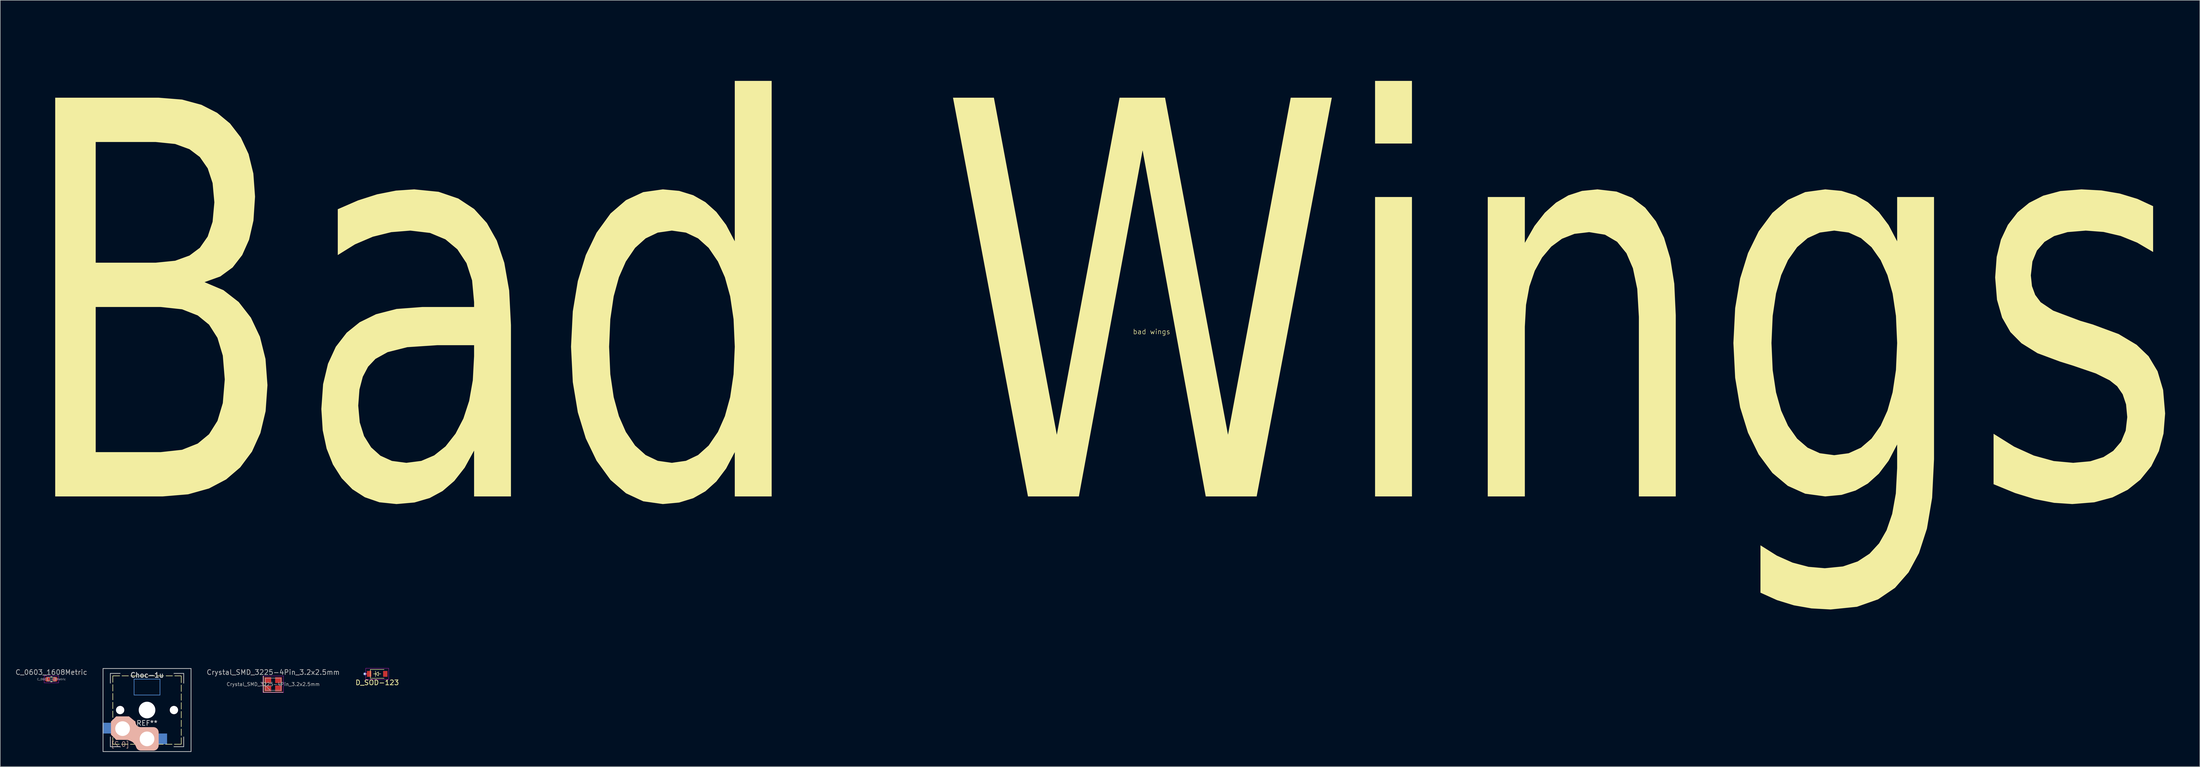
<source format=kicad_pcb>
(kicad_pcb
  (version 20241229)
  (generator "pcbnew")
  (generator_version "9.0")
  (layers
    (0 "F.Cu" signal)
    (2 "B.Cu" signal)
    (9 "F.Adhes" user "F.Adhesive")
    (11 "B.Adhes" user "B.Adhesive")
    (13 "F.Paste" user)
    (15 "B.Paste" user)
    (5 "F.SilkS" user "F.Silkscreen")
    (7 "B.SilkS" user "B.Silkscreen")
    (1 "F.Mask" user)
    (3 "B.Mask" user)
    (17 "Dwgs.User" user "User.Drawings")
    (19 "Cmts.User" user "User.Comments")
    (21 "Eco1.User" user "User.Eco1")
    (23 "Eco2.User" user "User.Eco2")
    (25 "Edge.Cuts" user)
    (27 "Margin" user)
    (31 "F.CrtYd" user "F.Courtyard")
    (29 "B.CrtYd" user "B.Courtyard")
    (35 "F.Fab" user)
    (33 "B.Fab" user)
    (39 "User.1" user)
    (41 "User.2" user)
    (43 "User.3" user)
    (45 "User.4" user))
  (footprint "C_0603_1608Metric"
    (layer "F.Cu")
    (at 7.458 135.958)
    (property "Reference" "C_0603_1608Metric" (at 0 -1.43 180) (layer "F.Fab") (effects (font (size 1 1) (thickness 0.15))))
    (attr smd)
    (fp_line (start -0.141 -0.51) (end 0.141 -0.51) (stroke (width 0.12) (type solid)) (layer "F.SilkS"))
    (fp_line (start -0.141 0.51) (end 0.141 0.51) (stroke (width 0.12) (type solid)) (layer "F.SilkS"))
    (fp_line (start -1.48 -0.73) (end 1.48 -0.73) (stroke (width 0.05) (type solid)) (layer "F.CrtYd"))
    (fp_line (start -1.48 0.73) (end -1.48 -0.73) (stroke (width 0.05) (type solid)) (layer "F.CrtYd"))
    (fp_line (start 1.48 -0.73) (end 1.48 0.73) (stroke (width 0.05) (type solid)) (layer "F.CrtYd"))
    (fp_line (start 1.48 0.73) (end -1.48 0.73) (stroke (width 0.05) (type solid)) (layer "F.CrtYd"))
    (fp_line (start -0.8 -0.4) (end 0.8 -0.4) (stroke (width 0.1) (type solid)) (layer "F.Fab"))
    (fp_line (start -0.8 0.4) (end -0.8 -0.4) (stroke (width 0.1) (type solid)) (layer "F.Fab"))
    (fp_line (start 0.8 -0.4) (end 0.8 0.4) (stroke (width 0.1) (type solid)) (layer "F.Fab"))
    (fp_line (start 0.8 0.4) (end -0.8 0.4) (stroke (width 0.1) (type solid)) (layer "F.Fab"))
    (fp_text user "${REFERENCE}" (at 0 0 180) (layer "F.Fab") (effects (font (size 0.4 0.4) (thickness 0.06))))
    (pad "1" smd roundrect (at -0.775 0) (size 0.9 0.95) (layers "F.Cu" "F.Mask" "F.Paste") (roundrect_rratio 0.25))
    (pad "2" smd roundrect (at 0.775 0) (size 0.9 0.95) (layers "F.Cu" "F.Mask" "F.Paste") (roundrect_rratio 0.25)))
  (footprint "bad wings"
    (layer "F.Cu")
    (at 222.027 65.086)
    (property "Reference" "bad wings" (at 10.414 -0.254 0) (unlocked yes) (layer "F.SilkS") (effects (font (size 1 1) (thickness 0.1))))
    (fp_text user "Bad Wings" (at -0.127 0.254 0) (unlocked yes) (layer "F.SilkS") (effects (font (face "a Another Tag") (size 80 60) (thickness 7.5)))))
  (footprint "Choc-1u"
    (layer "F.Cu")
    (at 27.017 142.256)
    (property "Reference" "Choc-1u" (at 0 -7.144 180) (layer "Dwgs.User") (effects (font (size 1 1) (thickness 0.2))))
    (property "COL" "2" (at 0 0 0) (layer "F.Fab") (hide yes) (effects (font (size 1.27 1.27) (thickness 0.15))))
    (property "ROW" "0" (at 0 0 0) (layer "F.Fab") (hide yes) (effects (font (size 1.27 1.27) (thickness 0.15))))
    (attr through_hole)
    (fp_line (start -7 -7) (end -7 7) (stroke (width 0.12) (type dash)) (layer "F.SilkS"))
    (fp_line (start -7 7) (end 7 7) (stroke (width 0.12) (type dash)) (layer "F.SilkS"))
    (fp_line (start 7 -7) (end -7 -7) (stroke (width 0.12) (type dash)) (layer "F.SilkS"))
    (fp_line (start 7 7) (end 7 -7) (stroke (width 0.12) (type dash)) (layer "F.SilkS"))
    (fp_line (start -7.3 2.4) (end -7.3 5) (stroke (width 0.15) (type solid)) (layer "B.SilkS"))
    (fp_line (start -7.3 2.4) (end -6.275 1.375) (stroke (width 0.15) (type solid)) (layer "B.SilkS"))
    (fp_line (start -7.3 5) (end -6.275 6.025) (stroke (width 0.15) (type solid)) (layer "B.SilkS"))
    (fp_line (start -4.3 6.025) (end -6.275 6.025) (stroke (width 0.15) (type solid)) (layer "B.SilkS"))
    (fp_line (start -3.725 1.375) (end -6.275 1.375) (stroke (width 0.15) (type solid)) (layer "B.SilkS"))
    (fp_line (start -3.725 1.375) (end -2.45 2.4) (stroke (width 0.15) (type solid)) (layer "B.SilkS"))
    (fp_line (start 1.3 3.575) (end -1.275 3.575) (stroke (width 0.15) (type solid)) (layer "B.SilkS"))
    (fp_line (start 1.3 8.225) (end -1.3 8.225) (stroke (width 0.15) (type solid)) (layer "B.SilkS"))
    (fp_line (start 2.3 4.575) (end 2.3 7.225) (stroke (width 0.15) (type solid)) (layer "B.SilkS"))
    (fp_arc (start -4.3 6.025) (mid -2.995114 6.436429) (end -2.162199 7.521904) (stroke (width 0.15) (type solid)) (layer "B.SilkS"))
    (fp_arc (start -1.300995 8.223791) (mid -1.848284 8.016021) (end -2.162199 7.521904) (stroke (width 0.15) (type solid)) (layer "B.SilkS"))
    (fp_arc (start -1.275 3.575) (mid -2.10585 3.23085) (end -2.45 2.4) (stroke (width 0.15) (type solid)) (layer "B.SilkS"))
    (fp_arc (start 1.3 3.575) (mid 2.007107 3.867893) (end 2.3 4.575) (stroke (width 0.15) (type solid)) (layer "B.SilkS"))
    (fp_arc (start 2.3 7.225) (mid 2.007107 7.932107) (end 1.3 8.225) (stroke (width 0.15) (type solid)) (layer "B.SilkS"))
    (fp_poly (pts (xy -7.3 5) (xy -7.3 2.4) (xy -6.275 1.375) (xy -3.725 1.375) (xy -2.45 2.4) (xy -2.35 2.93) (xy -2.106 3.231) (xy -1.73 3.5) (xy -1.275 3.575) (xy 1.3 3.575) (xy 1.81 3.72) (xy 2.007 3.868) (xy 2.21 4.2) (xy 2.3 4.575) (xy 2.3 7.225) (xy 2.18 7.66) (xy 2.007 7.932) (xy 1.52 8.2) (xy 1.3 8.225) (xy -1.3 8.225) (xy -1.848 8.016) (xy -2.162 7.522) (xy -2.45 6.94) (xy -2.995 6.436) (xy -3.89 6.05) (xy -4.3 6.025) (xy -6.275 6.025)) (stroke (width 0.12) (type solid)) (fill yes) (layer "B.SilkS"))
    (fp_line (start -9 -8.5) (end 9 -8.5) (stroke (width 0.152) (type solid)) (layer "Dwgs.User"))
    (fp_line (start -9 8.5) (end -9 -8.5) (stroke (width 0.152) (type solid)) (layer "Dwgs.User"))
    (fp_line (start -7.5 -7.5) (end -7.5 -5.5) (stroke (width 0.15) (type solid)) (layer "Dwgs.User"))
    (fp_line (start -7.5 7.5) (end -7.5 5.5) (stroke (width 0.15) (type solid)) (layer "Dwgs.User"))
    (fp_line (start -5.5 -7.5) (end -7.5 -7.5) (stroke (width 0.15) (type solid)) (layer "Dwgs.User"))
    (fp_line (start -5.5 7.5) (end -7.5 7.5) (stroke (width 0.15) (type solid)) (layer "Dwgs.User"))
    (fp_line (start 5.5 -7.5) (end 7.5 -7.5) (stroke (width 0.15) (type solid)) (layer "Dwgs.User"))
    (fp_line (start 5.5 7.5) (end 7.5 7.5) (stroke (width 0.15) (type solid)) (layer "Dwgs.User"))
    (fp_line (start 7.5 -7.5) (end 7.5 -5.5) (stroke (width 0.15) (type solid)) (layer "Dwgs.User"))
    (fp_line (start 7.5 7.5) (end 7.5 5.5) (stroke (width 0.15) (type solid)) (layer "Dwgs.User"))
    (fp_line (start 9 -8.5) (end 9 8.5) (stroke (width 0.152) (type solid)) (layer "Dwgs.User"))
    (fp_line (start 9 8.5) (end -9 8.5) (stroke (width 0.152) (type solid)) (layer "Dwgs.User"))
    (fp_line (start -2.65 -6.325) (end 2.65 -6.325) (stroke (width 0.12) (type solid)) (layer "Cmts.User"))
    (fp_line (start -2.65 -3.075) (end -2.65 -6.325) (stroke (width 0.12) (type solid)) (layer "Cmts.User"))
    (fp_line (start 2.65 -6.325) (end 2.65 -3.075) (stroke (width 0.12) (type solid)) (layer "Cmts.User"))
    (fp_line (start 2.65 -3.075) (end -2.65 -3.075) (stroke (width 0.12) (type solid)) (layer "Cmts.User"))
    (fp_text user "[${ROW},${COL}]" (at -5.5 7 0) (layer "B.SilkS") (effects (font (size 1 1) (thickness 0.1)) (justify mirror)))
    (fp_text user "REF**" (at 0 2.675 0) (layer "Dwgs.User") (effects (font (size 1 1) (thickness 0.15))))
    (pad "" np_thru_hole circle (at -5.5 0 180) (size 1.7 1.7) (drill 1.7) (layers "*.Cu" "*.Mask"))
    (pad "" np_thru_hole circle (at 0 0 90) (size 3.4 3.4) (drill 3.4) (layers "*.Cu" "*.Mask"))
    (pad "" np_thru_hole circle (at 5.5 0 180) (size 1.7 1.7) (drill 1.7) (layers "*.Cu" "*.Mask"))
    (pad "1" thru_hole circle (at 0 5.9 90) (size 3.5 3.5) (drill 3) (layers "*.Cu" "*.Mask"))
    (pad "1" smd rect (at 2.6 5.9 180) (size 3 2.2) (layers "B.Cu" "B.Mask" "B.Paste"))
    (pad "2" smd rect (at -7.6 3.7 180) (size 3 2.2) (layers "B.Cu" "B.Mask" "B.Paste"))
    (pad "2" thru_hole circle (at -5 3.8 90) (size 3.5 3.5) (drill 3) (layers "*.Cu" "*.Mask")))
  (footprint "D_SOD-123"
    (layer "F.Cu")
    (at 74.087 134.855)
    (property "Reference" "D_SOD-123" (at 0 1.785 180) (layer "F.SilkS") (effects (font (size 1 1) (thickness 0.15))))
    (attr smd)
    (fp_line (start -1.4 -0.9) (end 1.4 -0.9) (stroke (width 0.1) (type solid)) (layer "F.SilkS"))
    (fp_line (start -1.4 0.9) (end -1.4 -0.9) (stroke (width 0.1) (type solid)) (layer "F.SilkS"))
    (fp_line (start -0.75 0) (end -0.35 0) (stroke (width 0.1) (type solid)) (layer "F.SilkS"))
    (fp_line (start -0.35 0) (end -0.35 -0.55) (stroke (width 0.1) (type solid)) (layer "F.SilkS"))
    (fp_line (start -0.35 0) (end -0.35 0.55) (stroke (width 0.1) (type solid)) (layer "F.SilkS"))
    (fp_line (start -0.35 0) (end 0.25 -0.4) (stroke (width 0.1) (type solid)) (layer "F.SilkS"))
    (fp_line (start 0.25 -0.4) (end 0.25 0.4) (stroke (width 0.1) (type solid)) (layer "F.SilkS"))
    (fp_line (start 0.25 0) (end 0.75 0) (stroke (width 0.1) (type solid)) (layer "F.SilkS"))
    (fp_line (start 0.25 0.4) (end -0.35 0) (stroke (width 0.1) (type solid)) (layer "F.SilkS"))
    (fp_line (start 1.4 0.9) (end -1.4 0.9) (stroke (width 0.1) (type solid)) (layer "F.SilkS"))
    (fp_line (start -2.35 -1.15) (end -2.35 1.15) (stroke (width 0.05) (type solid)) (layer "F.CrtYd"))
    (fp_line (start -2.35 -1.15) (end 2.35 -1.15) (stroke (width 0.05) (type solid)) (layer "F.CrtYd"))
    (fp_line (start 2.35 -1.15) (end 2.35 1.15) (stroke (width 0.05) (type solid)) (layer "F.CrtYd"))
    (fp_line (start 2.35 1.15) (end -2.35 1.15) (stroke (width 0.05) (type solid)) (layer "F.CrtYd"))
    (pad "1" thru_hole circle (at -2.54 0) (size 0.6 0.6) (drill 0.3) (layers "*.Cu"))
    (pad "1" smd rect (at -2 0) (size 1.46 0.254) (layers "F.Cu"))
    (pad "1" smd rect (at -1.65 0) (size 0.9 1.2) (layers "F.Cu" "F.Mask" "F.Paste"))
    (pad "2" smd rect (at 1.65 0) (size 0.9 1.2) (layers "F.Cu" "F.Mask" "F.Paste")))
  (footprint "Crystal_SMD_3225-4Pin_3.2x2.5mm"
    (layer "F.Cu")
    (at 52.813 136.978)
    (property "Reference" "Crystal_SMD_3225-4Pin_3.2x2.5mm" (at 0 -2.45 180) (layer "F.Fab") (effects (font (size 1 1) (thickness 0.15))))
    (attr smd)
    (fp_line (start -2 -1.65) (end -2 1.65) (stroke (width 0.12) (type solid)) (layer "F.SilkS"))
    (fp_line (start -2 1.65) (end 2 1.65) (stroke (width 0.12) (type solid)) (layer "F.SilkS"))
    (fp_line (start -2.1 -1.7) (end -2.1 1.7) (stroke (width 0.05) (type solid)) (layer "F.CrtYd"))
    (fp_line (start -2.1 1.7) (end 2.1 1.7) (stroke (width 0.05) (type solid)) (layer "F.CrtYd"))
    (fp_line (start 2.1 -1.7) (end -2.1 -1.7) (stroke (width 0.05) (type solid)) (layer "F.CrtYd"))
    (fp_line (start 2.1 1.7) (end 2.1 -1.7) (stroke (width 0.05) (type solid)) (layer "F.CrtYd"))
    (fp_line (start -1.6 -1.25) (end -1.6 1.25) (stroke (width 0.1) (type solid)) (layer "F.Fab"))
    (fp_line (start -1.6 0.25) (end -0.6 1.25) (stroke (width 0.1) (type solid)) (layer "F.Fab"))
    (fp_line (start -1.6 1.25) (end 1.6 1.25) (stroke (width 0.1) (type solid)) (layer "F.Fab"))
    (fp_line (start 1.6 -1.25) (end -1.6 -1.25) (stroke (width 0.1) (type solid)) (layer "F.Fab"))
    (fp_line (start 1.6 1.25) (end 1.6 -1.25) (stroke (width 0.1) (type solid)) (layer "F.Fab"))
    (fp_text user "${REFERENCE}" (at 0 0 180) (layer "F.Fab") (effects (font (size 0.7 0.7) (thickness 0.105))))
    (pad "1" smd rect (at -1.1 0.85) (size 1.4 1.2) (layers "F.Cu" "F.Mask" "F.Paste"))
    (pad "2" smd rect (at 1.1 0.85) (size 1.4 1.2) (layers "F.Cu" "F.Mask" "F.Paste"))
    (pad "3" smd rect (at 1.1 -0.85) (size 1.4 1.2) (layers "F.Cu" "F.Mask" "F.Paste"))
    (pad "4" smd rect (at -1.1 -0.85) (size 1.4 1.2) (layers "F.Cu" "F.Mask" "F.Paste")))
  (gr_rect
    (start -3 -3)
    (end 446.799 153.832)
    (stroke (width 0.1) (type default))
    (fill no)
    (layer "Edge.Cuts")))
</source>
